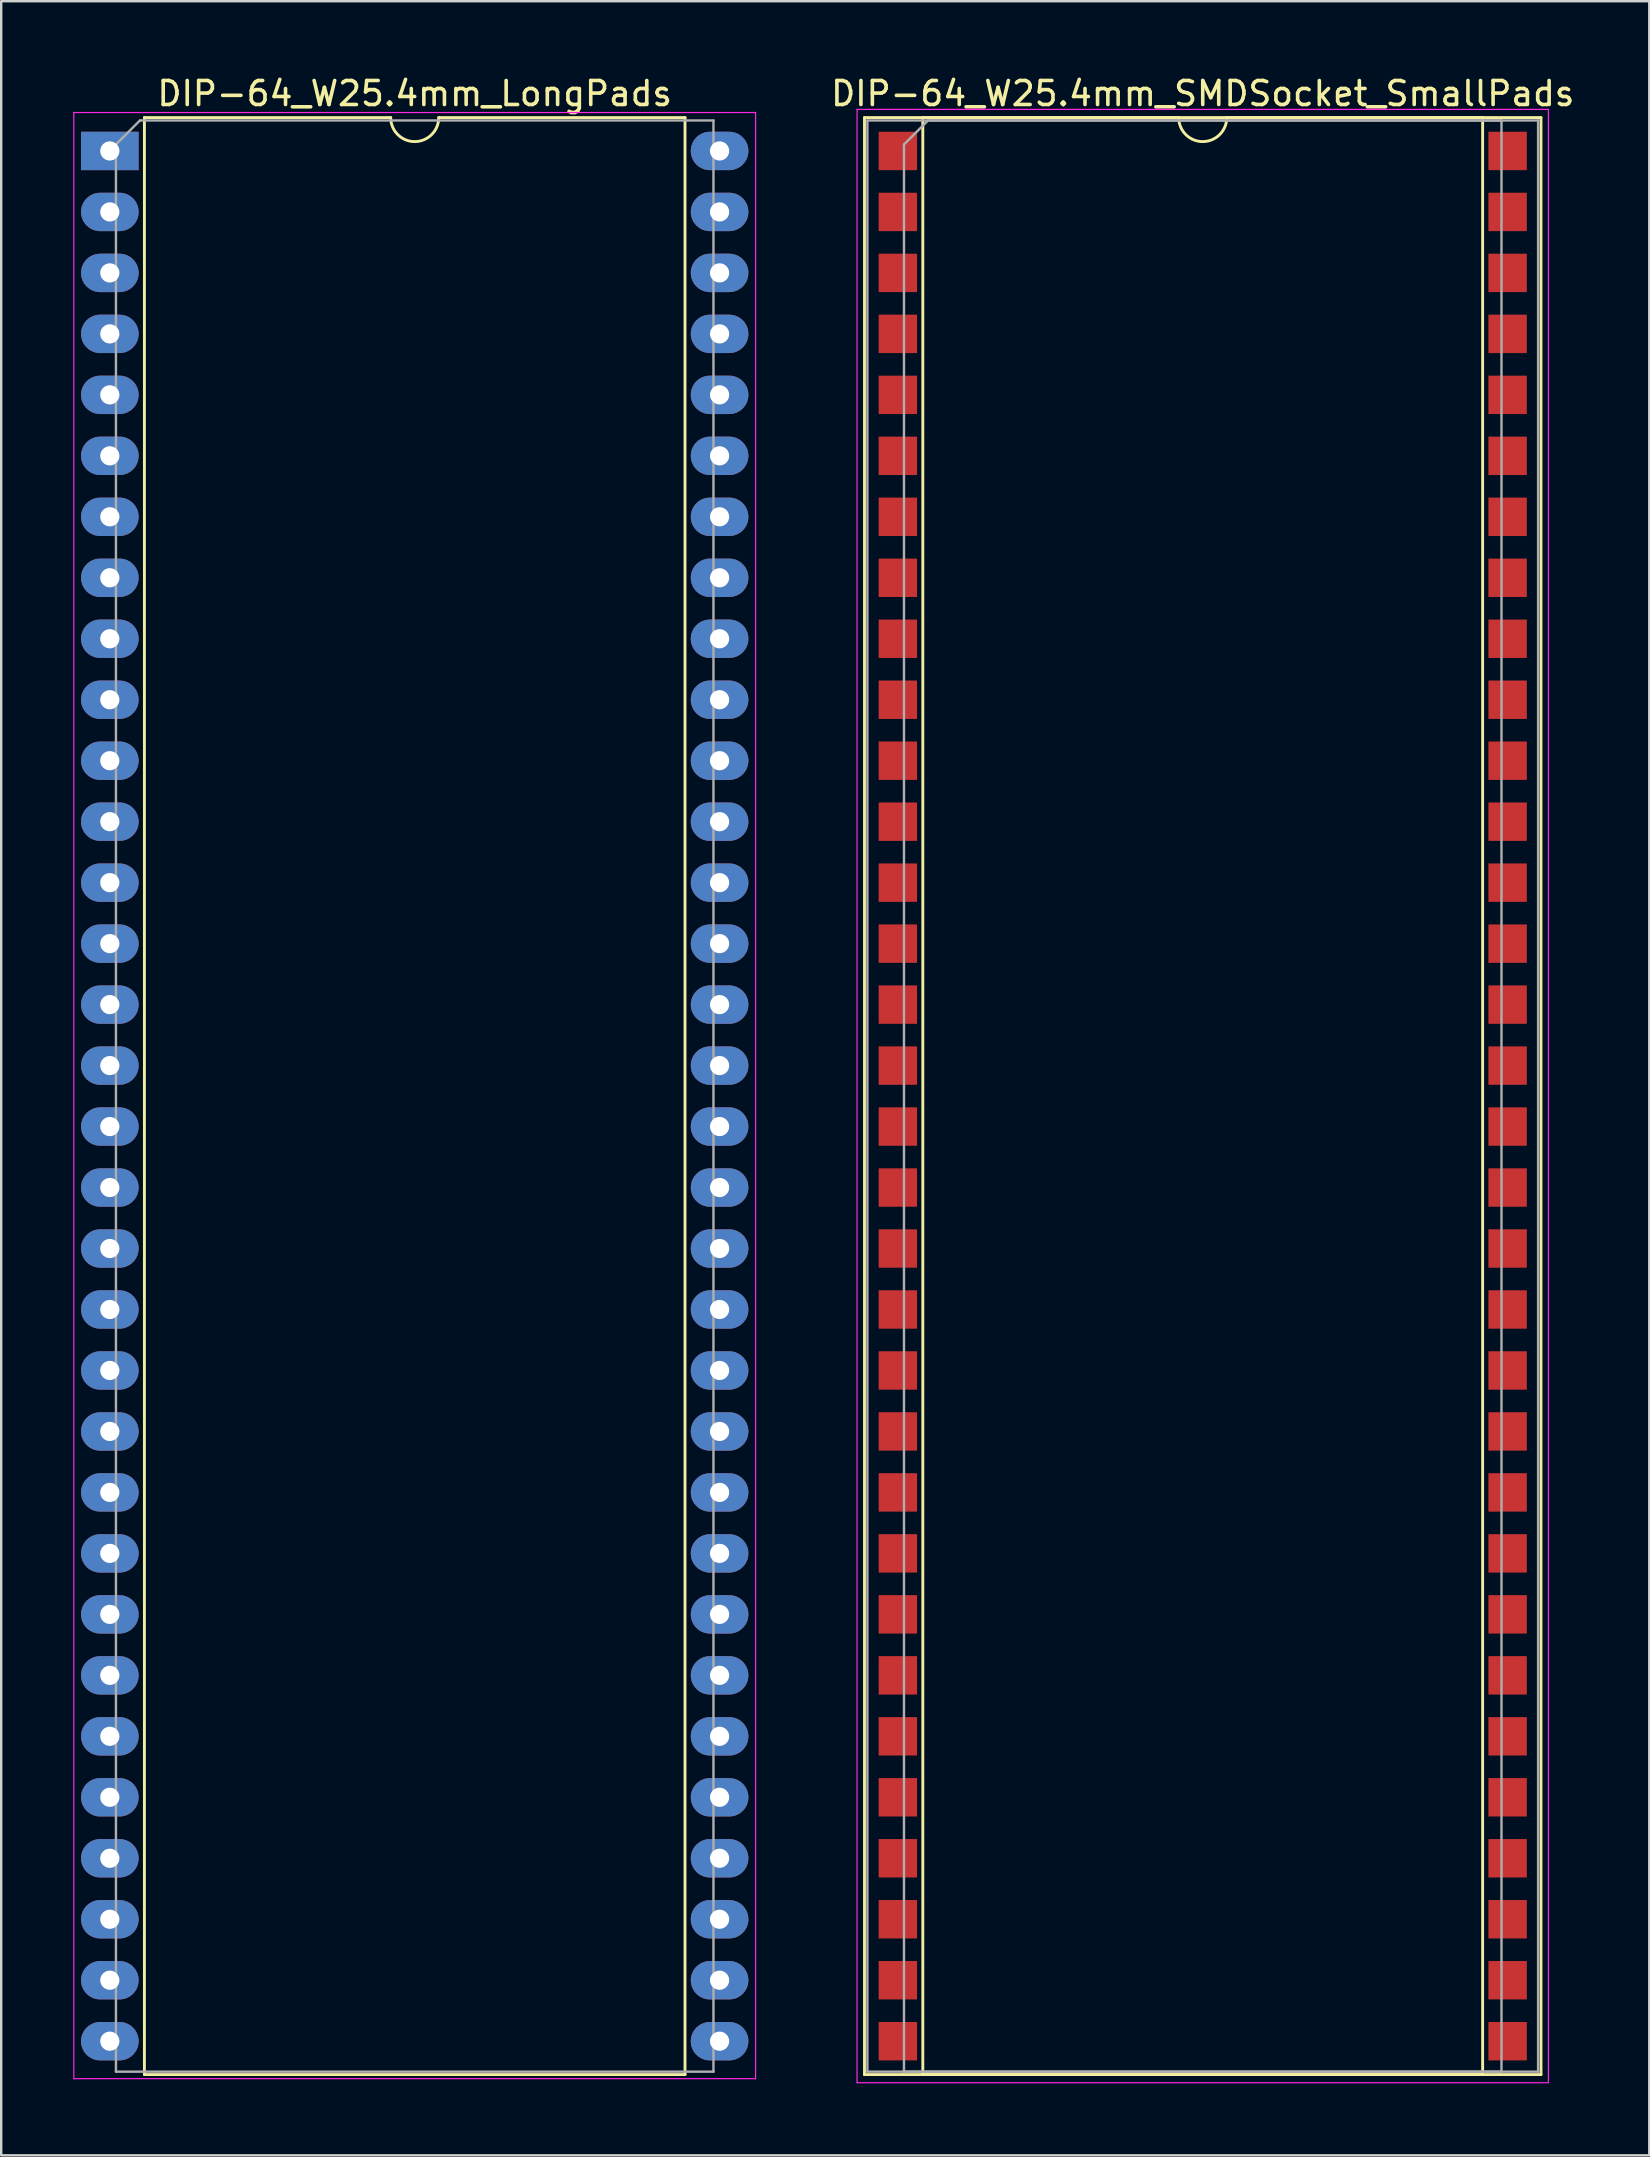
<source format=kicad_pcb>
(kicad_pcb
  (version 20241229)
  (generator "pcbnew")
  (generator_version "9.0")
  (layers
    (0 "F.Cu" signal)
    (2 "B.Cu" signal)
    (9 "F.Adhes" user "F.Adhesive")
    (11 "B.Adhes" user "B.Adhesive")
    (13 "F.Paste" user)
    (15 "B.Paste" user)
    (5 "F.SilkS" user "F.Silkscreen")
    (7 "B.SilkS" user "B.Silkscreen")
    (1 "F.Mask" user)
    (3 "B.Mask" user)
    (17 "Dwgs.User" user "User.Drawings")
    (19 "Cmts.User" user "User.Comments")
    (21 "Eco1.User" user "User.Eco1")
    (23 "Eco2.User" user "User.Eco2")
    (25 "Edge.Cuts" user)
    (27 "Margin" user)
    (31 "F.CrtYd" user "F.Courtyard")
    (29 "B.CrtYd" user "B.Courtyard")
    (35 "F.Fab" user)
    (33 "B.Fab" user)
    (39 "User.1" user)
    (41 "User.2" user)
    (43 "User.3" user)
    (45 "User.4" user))
  (footprint "DIP-64_W25.4mm_LongPads"
    (layer "F.Cu")
    (at 1.525 3.238)
    (property "Reference" "DIP-64_W25.4mm_LongPads" (at 12.7 -2.39 0) (layer "F.SilkS") (effects (font (size 1 1) (thickness 0.15))))
    (attr through_hole)
    (fp_line (start 1.44 -1.39) (end 1.44 80.13) (stroke (width 0.12) (type solid)) (layer "F.SilkS"))
    (fp_line (start 1.44 80.13) (end 23.96 80.13) (stroke (width 0.12) (type solid)) (layer "F.SilkS"))
    (fp_line (start 11.7 -1.39) (end 1.44 -1.39) (stroke (width 0.12) (type solid)) (layer "F.SilkS"))
    (fp_line (start 23.96 -1.39) (end 13.7 -1.39) (stroke (width 0.12) (type solid)) (layer "F.SilkS"))
    (fp_line (start 23.96 80.13) (end 23.96 -1.39) (stroke (width 0.12) (type solid)) (layer "F.SilkS"))
    (fp_arc (start 13.7 -1.39) (mid 12.7 -0.39) (end 11.7 -1.39) (stroke (width 0.12) (type solid)) (layer "F.SilkS"))
    (fp_line (start -1.5 -1.6) (end -1.5 80.3) (stroke (width 0.05) (type solid)) (layer "F.CrtYd"))
    (fp_line (start -1.5 80.3) (end 26.9 80.3) (stroke (width 0.05) (type solid)) (layer "F.CrtYd"))
    (fp_line (start 26.9 -1.6) (end -1.5 -1.6) (stroke (width 0.05) (type solid)) (layer "F.CrtYd"))
    (fp_line (start 26.9 80.3) (end 26.9 -1.6) (stroke (width 0.05) (type solid)) (layer "F.CrtYd"))
    (fp_line (start 0.255 -0.27) (end 1.255 -1.27) (stroke (width 0.1) (type solid)) (layer "F.Fab"))
    (fp_line (start 0.255 80.01) (end 0.255 -0.27) (stroke (width 0.1) (type solid)) (layer "F.Fab"))
    (fp_line (start 1.255 -1.27) (end 25.145 -1.27) (stroke (width 0.1) (type solid)) (layer "F.Fab"))
    (fp_line (start 25.145 -1.27) (end 25.145 80.01) (stroke (width 0.1) (type solid)) (layer "F.Fab"))
    (fp_line (start 25.145 80.01) (end 0.255 80.01) (stroke (width 0.1) (type solid)) (layer "F.Fab"))
    (pad "1" thru_hole rect (at 0 0) (size 2.4 1.6) (drill 0.8) (layers "*.Cu" "*.Mask"))
    (pad "2" thru_hole oval (at 0 2.54) (size 2.4 1.6) (drill 0.8) (layers "*.Cu" "*.Mask"))
    (pad "3" thru_hole oval (at 0 5.08) (size 2.4 1.6) (drill 0.8) (layers "*.Cu" "*.Mask"))
    (pad "4" thru_hole oval (at 0 7.62) (size 2.4 1.6) (drill 0.8) (layers "*.Cu" "*.Mask"))
    (pad "5" thru_hole oval (at 0 10.16) (size 2.4 1.6) (drill 0.8) (layers "*.Cu" "*.Mask"))
    (pad "6" thru_hole oval (at 0 12.7) (size 2.4 1.6) (drill 0.8) (layers "*.Cu" "*.Mask"))
    (pad "7" thru_hole oval (at 0 15.24) (size 2.4 1.6) (drill 0.8) (layers "*.Cu" "*.Mask"))
    (pad "8" thru_hole oval (at 0 17.78) (size 2.4 1.6) (drill 0.8) (layers "*.Cu" "*.Mask"))
    (pad "9" thru_hole oval (at 0 20.32) (size 2.4 1.6) (drill 0.8) (layers "*.Cu" "*.Mask"))
    (pad "10" thru_hole oval (at 0 22.86) (size 2.4 1.6) (drill 0.8) (layers "*.Cu" "*.Mask"))
    (pad "11" thru_hole oval (at 0 25.4) (size 2.4 1.6) (drill 0.8) (layers "*.Cu" "*.Mask"))
    (pad "12" thru_hole oval (at 0 27.94) (size 2.4 1.6) (drill 0.8) (layers "*.Cu" "*.Mask"))
    (pad "13" thru_hole oval (at 0 30.48) (size 2.4 1.6) (drill 0.8) (layers "*.Cu" "*.Mask"))
    (pad "14" thru_hole oval (at 0 33.02) (size 2.4 1.6) (drill 0.8) (layers "*.Cu" "*.Mask"))
    (pad "15" thru_hole oval (at 0 35.56) (size 2.4 1.6) (drill 0.8) (layers "*.Cu" "*.Mask"))
    (pad "16" thru_hole oval (at 0 38.1) (size 2.4 1.6) (drill 0.8) (layers "*.Cu" "*.Mask"))
    (pad "17" thru_hole oval (at 0 40.64) (size 2.4 1.6) (drill 0.8) (layers "*.Cu" "*.Mask"))
    (pad "18" thru_hole oval (at 0 43.18) (size 2.4 1.6) (drill 0.8) (layers "*.Cu" "*.Mask"))
    (pad "19" thru_hole oval (at 0 45.72) (size 2.4 1.6) (drill 0.8) (layers "*.Cu" "*.Mask"))
    (pad "20" thru_hole oval (at 0 48.26) (size 2.4 1.6) (drill 0.8) (layers "*.Cu" "*.Mask"))
    (pad "21" thru_hole oval (at 0 50.8) (size 2.4 1.6) (drill 0.8) (layers "*.Cu" "*.Mask"))
    (pad "22" thru_hole oval (at 0 53.34) (size 2.4 1.6) (drill 0.8) (layers "*.Cu" "*.Mask"))
    (pad "23" thru_hole oval (at 0 55.88) (size 2.4 1.6) (drill 0.8) (layers "*.Cu" "*.Mask"))
    (pad "24" thru_hole oval (at 0 58.42) (size 2.4 1.6) (drill 0.8) (layers "*.Cu" "*.Mask"))
    (pad "25" thru_hole oval (at 0 60.96) (size 2.4 1.6) (drill 0.8) (layers "*.Cu" "*.Mask"))
    (pad "26" thru_hole oval (at 0 63.5) (size 2.4 1.6) (drill 0.8) (layers "*.Cu" "*.Mask"))
    (pad "27" thru_hole oval (at 0 66.04) (size 2.4 1.6) (drill 0.8) (layers "*.Cu" "*.Mask"))
    (pad "28" thru_hole oval (at 0 68.58) (size 2.4 1.6) (drill 0.8) (layers "*.Cu" "*.Mask"))
    (pad "29" thru_hole oval (at 0 71.12) (size 2.4 1.6) (drill 0.8) (layers "*.Cu" "*.Mask"))
    (pad "30" thru_hole oval (at 0 73.66) (size 2.4 1.6) (drill 0.8) (layers "*.Cu" "*.Mask"))
    (pad "31" thru_hole oval (at 0 76.2) (size 2.4 1.6) (drill 0.8) (layers "*.Cu" "*.Mask"))
    (pad "32" thru_hole oval (at 0 78.74) (size 2.4 1.6) (drill 0.8) (layers "*.Cu" "*.Mask"))
    (pad "33" thru_hole oval (at 25.4 78.74) (size 2.4 1.6) (drill 0.8) (layers "*.Cu" "*.Mask"))
    (pad "34" thru_hole oval (at 25.4 76.2) (size 2.4 1.6) (drill 0.8) (layers "*.Cu" "*.Mask"))
    (pad "35" thru_hole oval (at 25.4 73.66) (size 2.4 1.6) (drill 0.8) (layers "*.Cu" "*.Mask"))
    (pad "36" thru_hole oval (at 25.4 71.12) (size 2.4 1.6) (drill 0.8) (layers "*.Cu" "*.Mask"))
    (pad "37" thru_hole oval (at 25.4 68.58) (size 2.4 1.6) (drill 0.8) (layers "*.Cu" "*.Mask"))
    (pad "38" thru_hole oval (at 25.4 66.04) (size 2.4 1.6) (drill 0.8) (layers "*.Cu" "*.Mask"))
    (pad "39" thru_hole oval (at 25.4 63.5) (size 2.4 1.6) (drill 0.8) (layers "*.Cu" "*.Mask"))
    (pad "40" thru_hole oval (at 25.4 60.96) (size 2.4 1.6) (drill 0.8) (layers "*.Cu" "*.Mask"))
    (pad "41" thru_hole oval (at 25.4 58.42) (size 2.4 1.6) (drill 0.8) (layers "*.Cu" "*.Mask"))
    (pad "42" thru_hole oval (at 25.4 55.88) (size 2.4 1.6) (drill 0.8) (layers "*.Cu" "*.Mask"))
    (pad "43" thru_hole oval (at 25.4 53.34) (size 2.4 1.6) (drill 0.8) (layers "*.Cu" "*.Mask"))
    (pad "44" thru_hole oval (at 25.4 50.8) (size 2.4 1.6) (drill 0.8) (layers "*.Cu" "*.Mask"))
    (pad "45" thru_hole oval (at 25.4 48.26) (size 2.4 1.6) (drill 0.8) (layers "*.Cu" "*.Mask"))
    (pad "46" thru_hole oval (at 25.4 45.72) (size 2.4 1.6) (drill 0.8) (layers "*.Cu" "*.Mask"))
    (pad "47" thru_hole oval (at 25.4 43.18) (size 2.4 1.6) (drill 0.8) (layers "*.Cu" "*.Mask"))
    (pad "48" thru_hole oval (at 25.4 40.64) (size 2.4 1.6) (drill 0.8) (layers "*.Cu" "*.Mask"))
    (pad "49" thru_hole oval (at 25.4 38.1) (size 2.4 1.6) (drill 0.8) (layers "*.Cu" "*.Mask"))
    (pad "50" thru_hole oval (at 25.4 35.56) (size 2.4 1.6) (drill 0.8) (layers "*.Cu" "*.Mask"))
    (pad "51" thru_hole oval (at 25.4 33.02) (size 2.4 1.6) (drill 0.8) (layers "*.Cu" "*.Mask"))
    (pad "52" thru_hole oval (at 25.4 30.48) (size 2.4 1.6) (drill 0.8) (layers "*.Cu" "*.Mask"))
    (pad "53" thru_hole oval (at 25.4 27.94) (size 2.4 1.6) (drill 0.8) (layers "*.Cu" "*.Mask"))
    (pad "54" thru_hole oval (at 25.4 25.4) (size 2.4 1.6) (drill 0.8) (layers "*.Cu" "*.Mask"))
    (pad "55" thru_hole oval (at 25.4 22.86) (size 2.4 1.6) (drill 0.8) (layers "*.Cu" "*.Mask"))
    (pad "56" thru_hole oval (at 25.4 20.32) (size 2.4 1.6) (drill 0.8) (layers "*.Cu" "*.Mask"))
    (pad "57" thru_hole oval (at 25.4 17.78) (size 2.4 1.6) (drill 0.8) (layers "*.Cu" "*.Mask"))
    (pad "58" thru_hole oval (at 25.4 15.24) (size 2.4 1.6) (drill 0.8) (layers "*.Cu" "*.Mask"))
    (pad "59" thru_hole oval (at 25.4 12.7) (size 2.4 1.6) (drill 0.8) (layers "*.Cu" "*.Mask"))
    (pad "60" thru_hole oval (at 25.4 10.16) (size 2.4 1.6) (drill 0.8) (layers "*.Cu" "*.Mask"))
    (pad "61" thru_hole oval (at 25.4 7.62) (size 2.4 1.6) (drill 0.8) (layers "*.Cu" "*.Mask"))
    (pad "62" thru_hole oval (at 25.4 5.08) (size 2.4 1.6) (drill 0.8) (layers "*.Cu" "*.Mask"))
    (pad "63" thru_hole oval (at 25.4 2.54) (size 2.4 1.6) (drill 0.8) (layers "*.Cu" "*.Mask"))
    (pad "64" thru_hole oval (at 25.4 0) (size 2.4 1.6) (drill 0.8) (layers "*.Cu" "*.Mask")))
  (footprint "DIP-64_W25.4mm_SMDSocket_SmallPads"
    (layer "F.Cu")
    (at 47.051 42.608)
    (property "Reference" "DIP-64_W25.4mm_SMDSocket_SmallPads" (at 0 -41.76 0) (layer "F.SilkS") (effects (font (size 1 1) (thickness 0.15))))
    (attr smd)
    (fp_line (start -14.09 -40.76) (end -14.09 40.76) (stroke (width 0.12) (type solid)) (layer "F.SilkS"))
    (fp_line (start -14.09 40.76) (end 14.09 40.76) (stroke (width 0.12) (type solid)) (layer "F.SilkS"))
    (fp_line (start -11.66 -40.76) (end -11.66 40.76) (stroke (width 0.12) (type solid)) (layer "F.SilkS"))
    (fp_line (start -11.66 40.76) (end 11.66 40.76) (stroke (width 0.12) (type solid)) (layer "F.SilkS"))
    (fp_line (start -1 -40.76) (end -11.66 -40.76) (stroke (width 0.12) (type solid)) (layer "F.SilkS"))
    (fp_line (start 11.66 -40.76) (end 1 -40.76) (stroke (width 0.12) (type solid)) (layer "F.SilkS"))
    (fp_line (start 11.66 40.76) (end 11.66 -40.76) (stroke (width 0.12) (type solid)) (layer "F.SilkS"))
    (fp_line (start 14.09 -40.76) (end -14.09 -40.76) (stroke (width 0.12) (type solid)) (layer "F.SilkS"))
    (fp_line (start 14.09 40.76) (end 14.09 -40.76) (stroke (width 0.12) (type solid)) (layer "F.SilkS"))
    (fp_arc (start 1 -40.76) (mid 0 -39.76) (end -1 -40.76) (stroke (width 0.12) (type solid)) (layer "F.SilkS"))
    (fp_line (start -14.4 -41.1) (end -14.4 41.1) (stroke (width 0.05) (type solid)) (layer "F.CrtYd"))
    (fp_line (start -14.4 41.1) (end 14.4 41.1) (stroke (width 0.05) (type solid)) (layer "F.CrtYd"))
    (fp_line (start 14.4 -41.1) (end -14.4 -41.1) (stroke (width 0.05) (type solid)) (layer "F.CrtYd"))
    (fp_line (start 14.4 41.1) (end 14.4 -41.1) (stroke (width 0.05) (type solid)) (layer "F.CrtYd"))
    (fp_line (start -13.97 -40.64) (end -13.97 40.64) (stroke (width 0.1) (type solid)) (layer "F.Fab"))
    (fp_line (start -13.97 40.64) (end 13.97 40.64) (stroke (width 0.1) (type solid)) (layer "F.Fab"))
    (fp_line (start -12.445 -39.64) (end -11.445 -40.64) (stroke (width 0.1) (type solid)) (layer "F.Fab"))
    (fp_line (start -12.445 40.64) (end -12.445 -39.64) (stroke (width 0.1) (type solid)) (layer "F.Fab"))
    (fp_line (start -11.445 -40.64) (end 12.445 -40.64) (stroke (width 0.1) (type solid)) (layer "F.Fab"))
    (fp_line (start 12.445 -40.64) (end 12.445 40.64) (stroke (width 0.1) (type solid)) (layer "F.Fab"))
    (fp_line (start 12.445 40.64) (end -12.445 40.64) (stroke (width 0.1) (type solid)) (layer "F.Fab"))
    (fp_line (start 13.97 -40.64) (end -13.97 -40.64) (stroke (width 0.1) (type solid)) (layer "F.Fab"))
    (fp_line (start 13.97 40.64) (end 13.97 -40.64) (stroke (width 0.1) (type solid)) (layer "F.Fab"))
    (pad "1" smd rect (at -12.7 -39.37) (size 1.6 1.6) (layers "F.Cu" "F.Mask"))
    (pad "2" smd rect (at -12.7 -36.83) (size 1.6 1.6) (layers "F.Cu" "F.Mask"))
    (pad "3" smd rect (at -12.7 -34.29) (size 1.6 1.6) (layers "F.Cu" "F.Mask"))
    (pad "4" smd rect (at -12.7 -31.75) (size 1.6 1.6) (layers "F.Cu" "F.Mask"))
    (pad "5" smd rect (at -12.7 -29.21) (size 1.6 1.6) (layers "F.Cu" "F.Mask"))
    (pad "6" smd rect (at -12.7 -26.67) (size 1.6 1.6) (layers "F.Cu" "F.Mask"))
    (pad "7" smd rect (at -12.7 -24.13) (size 1.6 1.6) (layers "F.Cu" "F.Mask"))
    (pad "8" smd rect (at -12.7 -21.59) (size 1.6 1.6) (layers "F.Cu" "F.Mask"))
    (pad "9" smd rect (at -12.7 -19.05) (size 1.6 1.6) (layers "F.Cu" "F.Mask"))
    (pad "10" smd rect (at -12.7 -16.51) (size 1.6 1.6) (layers "F.Cu" "F.Mask"))
    (pad "11" smd rect (at -12.7 -13.97) (size 1.6 1.6) (layers "F.Cu" "F.Mask"))
    (pad "12" smd rect (at -12.7 -11.43) (size 1.6 1.6) (layers "F.Cu" "F.Mask"))
    (pad "13" smd rect (at -12.7 -8.89) (size 1.6 1.6) (layers "F.Cu" "F.Mask"))
    (pad "14" smd rect (at -12.7 -6.35) (size 1.6 1.6) (layers "F.Cu" "F.Mask"))
    (pad "15" smd rect (at -12.7 -3.81) (size 1.6 1.6) (layers "F.Cu" "F.Mask"))
    (pad "16" smd rect (at -12.7 -1.27) (size 1.6 1.6) (layers "F.Cu" "F.Mask"))
    (pad "17" smd rect (at -12.7 1.27) (size 1.6 1.6) (layers "F.Cu" "F.Mask"))
    (pad "18" smd rect (at -12.7 3.81) (size 1.6 1.6) (layers "F.Cu" "F.Mask"))
    (pad "19" smd rect (at -12.7 6.35) (size 1.6 1.6) (layers "F.Cu" "F.Mask"))
    (pad "20" smd rect (at -12.7 8.89) (size 1.6 1.6) (layers "F.Cu" "F.Mask"))
    (pad "21" smd rect (at -12.7 11.43) (size 1.6 1.6) (layers "F.Cu" "F.Mask"))
    (pad "22" smd rect (at -12.7 13.97) (size 1.6 1.6) (layers "F.Cu" "F.Mask"))
    (pad "23" smd rect (at -12.7 16.51) (size 1.6 1.6) (layers "F.Cu" "F.Mask"))
    (pad "24" smd rect (at -12.7 19.05) (size 1.6 1.6) (layers "F.Cu" "F.Mask"))
    (pad "25" smd rect (at -12.7 21.59) (size 1.6 1.6) (layers "F.Cu" "F.Mask"))
    (pad "26" smd rect (at -12.7 24.13) (size 1.6 1.6) (layers "F.Cu" "F.Mask"))
    (pad "27" smd rect (at -12.7 26.67) (size 1.6 1.6) (layers "F.Cu" "F.Mask"))
    (pad "28" smd rect (at -12.7 29.21) (size 1.6 1.6) (layers "F.Cu" "F.Mask"))
    (pad "29" smd rect (at -12.7 31.75) (size 1.6 1.6) (layers "F.Cu" "F.Mask"))
    (pad "30" smd rect (at -12.7 34.29) (size 1.6 1.6) (layers "F.Cu" "F.Mask"))
    (pad "31" smd rect (at -12.7 36.83) (size 1.6 1.6) (layers "F.Cu" "F.Mask"))
    (pad "32" smd rect (at -12.7 39.37) (size 1.6 1.6) (layers "F.Cu" "F.Mask"))
    (pad "33" smd rect (at 12.7 39.37) (size 1.6 1.6) (layers "F.Cu" "F.Mask"))
    (pad "34" smd rect (at 12.7 36.83) (size 1.6 1.6) (layers "F.Cu" "F.Mask"))
    (pad "35" smd rect (at 12.7 34.29) (size 1.6 1.6) (layers "F.Cu" "F.Mask"))
    (pad "36" smd rect (at 12.7 31.75) (size 1.6 1.6) (layers "F.Cu" "F.Mask"))
    (pad "37" smd rect (at 12.7 29.21) (size 1.6 1.6) (layers "F.Cu" "F.Mask"))
    (pad "38" smd rect (at 12.7 26.67) (size 1.6 1.6) (layers "F.Cu" "F.Mask"))
    (pad "39" smd rect (at 12.7 24.13) (size 1.6 1.6) (layers "F.Cu" "F.Mask"))
    (pad "40" smd rect (at 12.7 21.59) (size 1.6 1.6) (layers "F.Cu" "F.Mask"))
    (pad "41" smd rect (at 12.7 19.05) (size 1.6 1.6) (layers "F.Cu" "F.Mask"))
    (pad "42" smd rect (at 12.7 16.51) (size 1.6 1.6) (layers "F.Cu" "F.Mask"))
    (pad "43" smd rect (at 12.7 13.97) (size 1.6 1.6) (layers "F.Cu" "F.Mask"))
    (pad "44" smd rect (at 12.7 11.43) (size 1.6 1.6) (layers "F.Cu" "F.Mask"))
    (pad "45" smd rect (at 12.7 8.89) (size 1.6 1.6) (layers "F.Cu" "F.Mask"))
    (pad "46" smd rect (at 12.7 6.35) (size 1.6 1.6) (layers "F.Cu" "F.Mask"))
    (pad "47" smd rect (at 12.7 3.81) (size 1.6 1.6) (layers "F.Cu" "F.Mask"))
    (pad "48" smd rect (at 12.7 1.27) (size 1.6 1.6) (layers "F.Cu" "F.Mask"))
    (pad "49" smd rect (at 12.7 -1.27) (size 1.6 1.6) (layers "F.Cu" "F.Mask"))
    (pad "50" smd rect (at 12.7 -3.81) (size 1.6 1.6) (layers "F.Cu" "F.Mask"))
    (pad "51" smd rect (at 12.7 -6.35) (size 1.6 1.6) (layers "F.Cu" "F.Mask"))
    (pad "52" smd rect (at 12.7 -8.89) (size 1.6 1.6) (layers "F.Cu" "F.Mask"))
    (pad "53" smd rect (at 12.7 -11.43) (size 1.6 1.6) (layers "F.Cu" "F.Mask"))
    (pad "54" smd rect (at 12.7 -13.97) (size 1.6 1.6) (layers "F.Cu" "F.Mask"))
    (pad "55" smd rect (at 12.7 -16.51) (size 1.6 1.6) (layers "F.Cu" "F.Mask"))
    (pad "56" smd rect (at 12.7 -19.05) (size 1.6 1.6) (layers "F.Cu" "F.Mask"))
    (pad "57" smd rect (at 12.7 -21.59) (size 1.6 1.6) (layers "F.Cu" "F.Mask"))
    (pad "58" smd rect (at 12.7 -24.13) (size 1.6 1.6) (layers "F.Cu" "F.Mask"))
    (pad "59" smd rect (at 12.7 -26.67) (size 1.6 1.6) (layers "F.Cu" "F.Mask"))
    (pad "60" smd rect (at 12.7 -29.21) (size 1.6 1.6) (layers "F.Cu" "F.Mask"))
    (pad "61" smd rect (at 12.7 -31.75) (size 1.6 1.6) (layers "F.Cu" "F.Mask"))
    (pad "62" smd rect (at 12.7 -34.29) (size 1.6 1.6) (layers "F.Cu" "F.Mask"))
    (pad "63" smd rect (at 12.7 -36.83) (size 1.6 1.6) (layers "F.Cu" "F.Mask"))
    (pad "64" smd rect (at 12.7 -39.37) (size 1.6 1.6) (layers "F.Cu" "F.Mask")))
  (gr_rect
    (start -3 -3)
    (end 65.652 86.733)
    (stroke (width 0.1) (type default))
    (fill no)
    (layer "Edge.Cuts")))
</source>
